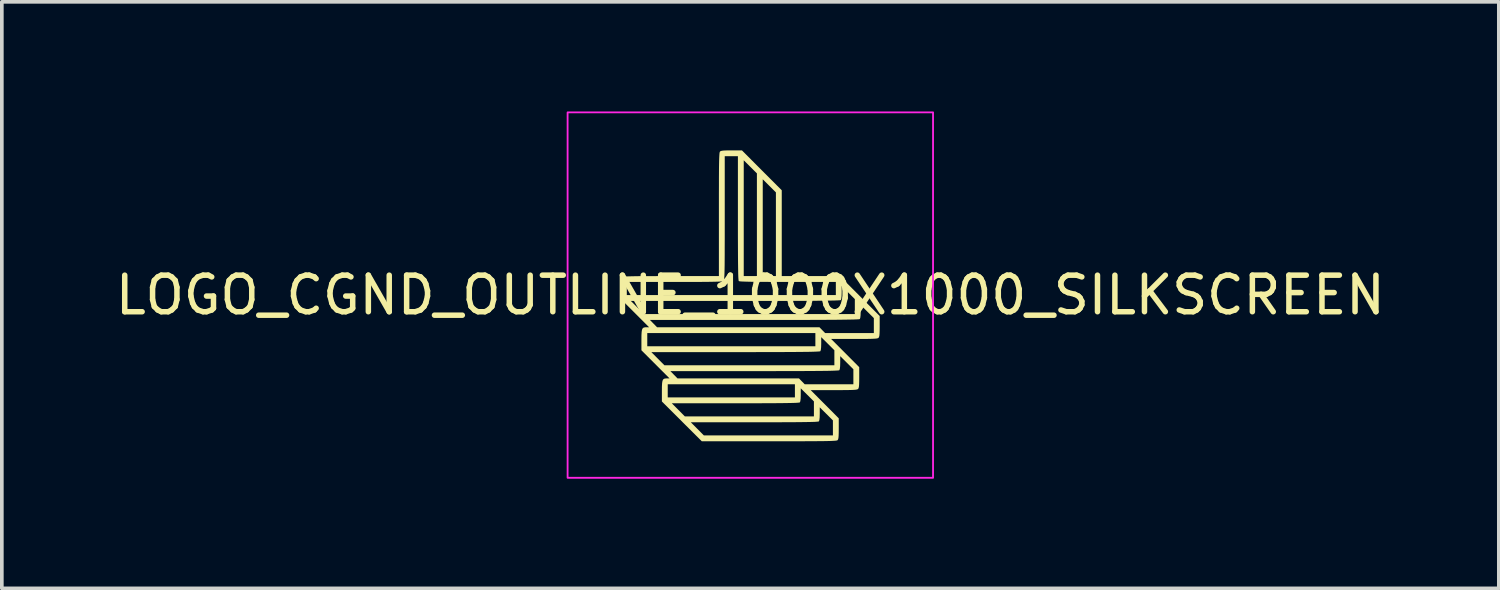
<source format=kicad_pcb>
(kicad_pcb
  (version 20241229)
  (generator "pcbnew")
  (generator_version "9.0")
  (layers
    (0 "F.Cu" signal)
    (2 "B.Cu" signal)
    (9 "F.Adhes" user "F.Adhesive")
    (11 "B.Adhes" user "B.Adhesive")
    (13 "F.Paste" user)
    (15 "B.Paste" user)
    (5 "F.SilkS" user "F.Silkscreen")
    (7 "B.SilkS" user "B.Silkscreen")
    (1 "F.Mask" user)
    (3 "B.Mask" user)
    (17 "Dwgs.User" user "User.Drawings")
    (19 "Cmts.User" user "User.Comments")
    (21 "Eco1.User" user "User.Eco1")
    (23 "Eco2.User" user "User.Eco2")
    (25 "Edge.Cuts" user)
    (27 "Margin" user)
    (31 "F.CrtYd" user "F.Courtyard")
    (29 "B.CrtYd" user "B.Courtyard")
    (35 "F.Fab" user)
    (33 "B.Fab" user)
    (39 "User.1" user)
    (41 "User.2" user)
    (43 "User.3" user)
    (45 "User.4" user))
  (footprint "LOGO_CGND_OUTLINE_1000X1000_SILKSCREEN"
    (layer "F.Cu")
    (at 17.482 5.025)
    (property "Reference" "LOGO_CGND_OUTLINE_1000X1000_SILKSCREEN" (at 0 0 0) (layer "F.SilkS") (effects (font (size 1 1) (thickness 0.15))))
    (attr exclude_from_pos_files exclude_from_bom)
    (fp_poly (pts (xy -0.229 -3.96) (xy 0.315 -3.414) (xy 0.86 -2.868) (xy 0.86 -1.694) (xy 0.86 -0.52) (xy 1.655 -0.52) (xy 2.451 -0.52) (xy 2.995 0.026) (xy 3.54 0.572) (xy 3.54 0.854) (xy 3.539 0.971) (xy 3.536 1.055) (xy 3.531 1.111) (xy 3.522 1.146) (xy 3.51 1.167) (xy 3.509 1.169) (xy 3.495 1.177) (xy 3.473 1.185) (xy 3.436 1.19) (xy 3.382 1.194) (xy 3.306 1.197) (xy 3.204 1.199) (xy 3.071 1.2) (xy 2.904 1.2) (xy 2.844 1.2) (xy 2.211 1.2) (xy 2.596 1.586) (xy 2.98 1.972) (xy 2.98 2.255) (xy 2.979 2.372) (xy 2.976 2.455) (xy 2.971 2.511) (xy 2.962 2.547) (xy 2.95 2.567) (xy 2.949 2.569) (xy 2.935 2.577) (xy 2.913 2.584) (xy 2.876 2.59) (xy 2.822 2.594) (xy 2.746 2.597) (xy 2.644 2.599) (xy 2.511 2.6) (xy 2.344 2.6) (xy 2.284 2.6) (xy 1.651 2.6) (xy 2.036 2.986) (xy 2.42 3.372) (xy 2.42 3.655) (xy 2.419 3.772) (xy 2.416 3.855) (xy 2.411 3.911) (xy 2.402 3.947) (xy 2.39 3.967) (xy 2.389 3.969) (xy 2.38 3.974) (xy 2.365 3.979) (xy 2.34 3.983) (xy 2.303 3.986) (xy 2.252 3.989) (xy 2.184 3.992) (xy 2.097 3.994) (xy 1.989 3.996) (xy 1.857 3.997) (xy 1.699 3.998) (xy 1.512 3.999) (xy 1.294 4) (xy 1.043 4) (xy 0.756 4) (xy 0.514 4) (xy -1.328 4) (xy -1.85 3.48) (xy -1.629 3.48) (xy -1.45 3.66) (xy -1.271 3.84) (xy 0.495 3.84) (xy 2.26 3.84) (xy 2.26 3.635) (xy 2.26 3.429) (xy 2.08 3.25) (xy 1.9 3.071) (xy 1.9 3.251) (xy 1.897 3.351) (xy 1.889 3.421) (xy 1.876 3.456) (xy 1.876 3.456) (xy 1.862 3.46) (xy 1.829 3.464) (xy 1.774 3.468) (xy 1.695 3.471) (xy 1.592 3.473) (xy 1.461 3.475) (xy 1.301 3.477) (xy 1.11 3.478) (xy 0.886 3.479) (xy 0.627 3.48) (xy 0.331 3.48) (xy 0.111 3.48) (xy -1.629 3.48) (xy -1.85 3.48) (xy -1.874 3.455) (xy -2.371 2.96) (xy -2.149 2.96) (xy -1.97 3.14) (xy -1.791 3.32) (xy -0.025 3.32) (xy 1.74 3.32) (xy 1.74 3.115) (xy 1.74 2.909) (xy 1.56 2.73) (xy 1.38 2.551) (xy 1.38 2.731) (xy 1.377 2.831) (xy 1.369 2.901) (xy 1.356 2.936) (xy 1.356 2.936) (xy 1.342 2.94) (xy 1.309 2.944) (xy 1.254 2.948) (xy 1.175 2.951) (xy 1.072 2.953) (xy 0.941 2.955) (xy 0.781 2.957) (xy 0.59 2.958) (xy 0.366 2.959) (xy 0.107 2.96) (xy -0.189 2.96) (xy -0.409 2.96) (xy -2.149 2.96) (xy -2.371 2.96) (xy -2.42 2.911) (xy -2.42 2.627) (xy -2.42 2.62) (xy -2.26 2.62) (xy -2.26 2.8) (xy -0.52 2.8) (xy 1.22 2.8) (xy 1.22 2.62) (xy 1.22 2.44) (xy -0.52 2.44) (xy -2.26 2.44) (xy -2.26 2.62) (xy -2.42 2.62) (xy -2.419 2.501) (xy -2.414 2.41) (xy -2.404 2.348) (xy -2.386 2.309) (xy -2.358 2.289) (xy -2.318 2.281) (xy -2.284 2.28) (xy -2.21 2.28) (xy -2.41 2.08) (xy -2.188 2.08) (xy -2.09 2.18) (xy -1.992 2.28) (xy -0.33 2.28) (xy 1.332 2.28) (xy 1.41 2.36) (xy 1.488 2.44) (xy 2.154 2.44) (xy 2.82 2.44) (xy 2.82 2.235) (xy 2.82 2.029) (xy 2.64 1.85) (xy 2.46 1.671) (xy 2.46 1.851) (xy 2.457 1.951) (xy 2.449 2.021) (xy 2.436 2.056) (xy 2.436 2.056) (xy 2.423 2.06) (xy 2.391 2.063) (xy 2.339 2.066) (xy 2.264 2.069) (xy 2.165 2.072) (xy 2.041 2.074) (xy 1.889 2.075) (xy 1.708 2.077) (xy 1.497 2.078) (xy 1.253 2.079) (xy 0.975 2.079) (xy 0.662 2.08) (xy 0.31 2.08) (xy 0.112 2.08) (xy -2.188 2.08) (xy -2.41 2.08) (xy -2.595 1.895) (xy -2.93 1.56) (xy -2.709 1.56) (xy -2.53 1.74) (xy -2.351 1.92) (xy -0.025 1.92) (xy 2.3 1.92) (xy 2.3 1.715) (xy 2.3 1.509) (xy 2.12 1.33) (xy 1.94 1.151) (xy 1.94 1.331) (xy 1.937 1.431) (xy 1.929 1.501) (xy 1.916 1.536) (xy 1.916 1.536) (xy 1.903 1.54) (xy 1.871 1.543) (xy 1.819 1.546) (xy 1.744 1.549) (xy 1.645 1.552) (xy 1.521 1.554) (xy 1.369 1.555) (xy 1.188 1.557) (xy 0.977 1.558) (xy 0.733 1.559) (xy 0.455 1.559) (xy 0.142 1.56) (xy -0.209 1.56) (xy -0.409 1.56) (xy -2.709 1.56) (xy -2.93 1.56) (xy -2.98 1.51) (xy -2.98 1.226) (xy -2.98 1.22) (xy -2.82 1.22) (xy -2.82 1.4) (xy -0.52 1.4) (xy 1.78 1.4) (xy 1.78 1.22) (xy 1.78 1.04) (xy -0.52 1.04) (xy -2.82 1.04) (xy -2.82 1.22) (xy -2.98 1.22) (xy -2.979 1.101) (xy -2.974 1.01) (xy -2.964 0.948) (xy -2.946 0.909) (xy -2.918 0.889) (xy -2.877 0.881) (xy -2.844 0.88) (xy -2.77 0.88) (xy -2.97 0.68) (xy -2.748 0.68) (xy -2.65 0.78) (xy -2.552 0.88) (xy -0.33 0.88) (xy 1.892 0.88) (xy 1.97 0.96) (xy 2.048 1.04) (xy 2.714 1.04) (xy 3.38 1.04) (xy 3.38 0.835) (xy 3.38 0.629) (xy 3.2 0.45) (xy 3.02 0.271) (xy 3.02 0.451) (xy 3.017 0.551) (xy 3.009 0.621) (xy 2.996 0.656) (xy 2.996 0.656) (xy 2.984 0.659) (xy 2.953 0.663) (xy 2.902 0.665) (xy 2.829 0.668) (xy 2.734 0.67) (xy 2.614 0.672) (xy 2.468 0.674) (xy 2.294 0.676) (xy 2.091 0.677) (xy 1.857 0.678) (xy 1.592 0.679) (xy 1.292 0.679) (xy 0.958 0.68) (xy 0.586 0.68) (xy 0.177 0.68) (xy 0.112 0.68) (xy -2.748 0.68) (xy -2.97 0.68) (xy -3.155 0.495) (xy -3.49 0.16) (xy -3.269 0.16) (xy -3.09 0.34) (xy -2.911 0.52) (xy -0.025 0.52) (xy 2.86 0.52) (xy 2.86 0.315) (xy 2.86 0.109) (xy 2.68 -0.07) (xy 2.5 -0.249) (xy 2.5 -0.069) (xy 2.497 0.031) (xy 2.489 0.101) (xy 2.476 0.136) (xy 2.476 0.136) (xy 2.464 0.139) (xy 2.433 0.143) (xy 2.382 0.145) (xy 2.309 0.148) (xy 2.214 0.15) (xy 2.094 0.152) (xy 1.948 0.154) (xy 1.774 0.156) (xy 1.571 0.157) (xy 1.337 0.158) (xy 1.072 0.159) (xy 0.772 0.159) (xy 0.438 0.16) (xy 0.066 0.16) (xy -0.343 0.16) (xy -0.409 0.16) (xy -3.269 0.16) (xy -3.49 0.16) (xy -3.54 0.11) (xy -3.54 -0.174) (xy -3.539 -0.291) (xy -3.537 -0.36) (xy -3.38 -0.36) (xy -3.38 -0.18) (xy -3.38 0) (xy -0.52 0) (xy 2.34 0) (xy 2.34 -0.18) (xy 2.34 -0.36) (xy 1.024 -0.36) (xy 0.746 -0.36) (xy 0.505 -0.361) (xy 0.301 -0.362) (xy 0.129 -0.363) (xy -0.011 -0.365) (xy -0.121 -0.368) (xy -0.205 -0.371) (xy -0.264 -0.374) (xy -0.3 -0.379) (xy -0.316 -0.384) (xy -0.316 -0.384) (xy -0.32 -0.398) (xy -0.324 -0.432) (xy -0.328 -0.487) (xy -0.331 -0.565) (xy -0.333 -0.67) (xy -0.335 -0.801) (xy -0.337 -0.962) (xy -0.338 -1.154) (xy -0.339 -1.379) (xy -0.34 -1.64) (xy -0.34 -1.937) (xy -0.34 -2.104) (xy -0.34 -2.105) (xy -0.18 -2.105) (xy -0.18 -0.52) (xy 0 -0.52) (xy 0.18 -0.52) (xy 0.18 -1.845) (xy 0.34 -1.845) (xy 0.34 -0.52) (xy 0.52 -0.52) (xy 0.7 -0.52) (xy 0.7 -1.665) (xy 0.7 -2.811) (xy 0.52 -2.99) (xy 0.34 -3.169) (xy 0.34 -1.845) (xy 0.18 -1.845) (xy 0.18 -1.925) (xy 0.18 -3.331) (xy 0 -3.51) (xy -0.18 -3.689) (xy -0.18 -2.105) (xy -0.34 -2.105) (xy -0.34 -3.8) (xy -0.52 -3.8) (xy -0.7 -3.8) (xy -0.7 -2.111) (xy -0.7 -1.81) (xy -0.7 -1.546) (xy -0.701 -1.317) (xy -0.701 -1.121) (xy -0.702 -0.954) (xy -0.703 -0.815) (xy -0.705 -0.701) (xy -0.707 -0.61) (xy -0.71 -0.538) (xy -0.713 -0.484) (xy -0.716 -0.445) (xy -0.72 -0.418) (xy -0.725 -0.401) (xy -0.731 -0.392) (xy -0.731 -0.391) (xy -0.741 -0.385) (xy -0.758 -0.38) (xy -0.786 -0.375) (xy -0.827 -0.371) (xy -0.885 -0.368) (xy -0.961 -0.366) (xy -1.059 -0.364) (xy -1.183 -0.362) (xy -1.333 -0.361) (xy -1.514 -0.361) (xy -1.729 -0.36) (xy -1.98 -0.36) (xy -2.071 -0.36) (xy -3.38 -0.36) (xy -3.537 -0.36) (xy -3.536 -0.374) (xy -3.531 -0.431) (xy -3.522 -0.466) (xy -3.51 -0.487) (xy -3.509 -0.489) (xy -3.499 -0.495) (xy -3.482 -0.5) (xy -3.454 -0.505) (xy -3.413 -0.509) (xy -3.355 -0.512) (xy -3.279 -0.514) (xy -3.181 -0.516) (xy -3.057 -0.518) (xy -2.907 -0.519) (xy -2.726 -0.519) (xy -2.511 -0.52) (xy -2.26 -0.52) (xy -2.169 -0.52) (xy -0.86 -0.52) (xy -0.86 -2.209) (xy -0.86 -2.51) (xy -0.86 -2.774) (xy -0.859 -3.003) (xy -0.859 -3.199) (xy -0.858 -3.366) (xy -0.857 -3.505) (xy -0.855 -3.619) (xy -0.853 -3.71) (xy -0.85 -3.782) (xy -0.847 -3.836) (xy -0.844 -3.875) (xy -0.84 -3.902) (xy -0.835 -3.919) (xy -0.829 -3.928) (xy -0.829 -3.929) (xy -0.809 -3.941) (xy -0.775 -3.95) (xy -0.721 -3.956) (xy -0.64 -3.959) (xy -0.526 -3.96) (xy -0.513 -3.96)) (stroke (width 0) (type solid)) (fill yes) (layer "F.SilkS"))
    (fp_rect (start -5 -5) (end 5 5) (stroke (width 0.05) (type default)) (fill no) (layer "F.CrtYd")))
  (gr_rect
    (start -3 -3)
    (end 37.964 13.05)
    (stroke (width 0.1) (type default))
    (fill no)
    (layer "Edge.Cuts")))
</source>
